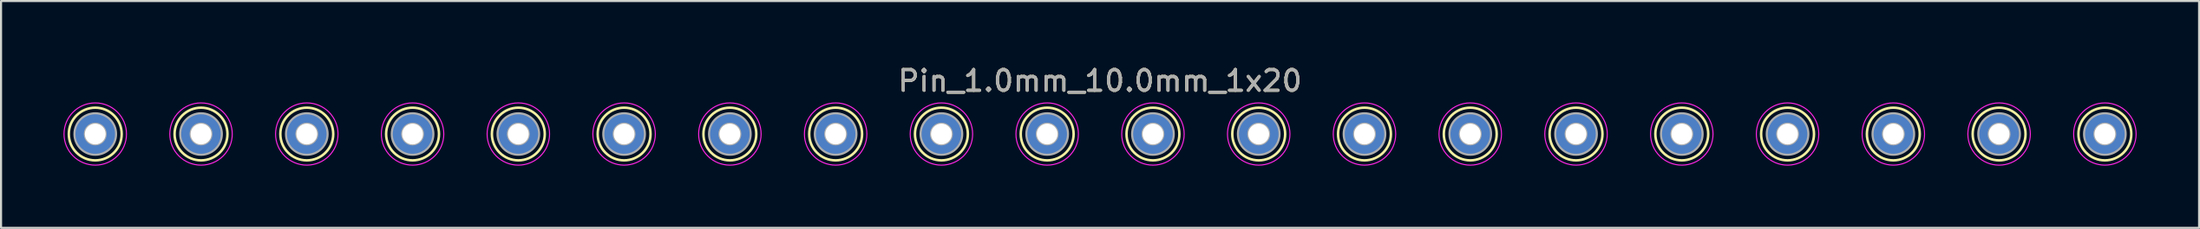
<source format=kicad_pcb>
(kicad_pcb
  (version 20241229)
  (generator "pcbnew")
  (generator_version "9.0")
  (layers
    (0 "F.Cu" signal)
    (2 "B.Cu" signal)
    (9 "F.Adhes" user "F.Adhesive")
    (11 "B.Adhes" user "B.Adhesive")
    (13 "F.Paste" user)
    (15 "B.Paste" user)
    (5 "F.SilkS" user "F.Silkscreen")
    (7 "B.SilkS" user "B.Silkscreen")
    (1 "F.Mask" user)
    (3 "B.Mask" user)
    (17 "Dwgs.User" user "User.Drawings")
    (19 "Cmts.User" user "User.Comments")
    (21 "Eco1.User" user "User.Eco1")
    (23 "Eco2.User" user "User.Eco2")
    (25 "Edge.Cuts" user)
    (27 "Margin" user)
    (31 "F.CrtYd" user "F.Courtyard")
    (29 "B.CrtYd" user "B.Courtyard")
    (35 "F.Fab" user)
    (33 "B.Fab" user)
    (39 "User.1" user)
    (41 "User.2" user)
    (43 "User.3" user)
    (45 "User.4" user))
  (footprint "Pin_1.0mm_10.0mm_1x20"
    (layer "F.Cu")
    (at 49.785 3.388)
    (property "Reference" "Pin_1.0mm_10.0mm_1x20" (at 0 -2.54 0) (unlocked yes) (layer "F.SilkS") (effects (font (size 1 1) (thickness 0.15))))
    (attr through_hole)
    (fp_circle (center -48.26 0.024) (end -49.53 0.024) (stroke (width 0.12) (type solid)) (fill no) (layer "F.SilkS"))
    (fp_circle (center -43.18 0.024) (end -44.45 0.024) (stroke (width 0.12) (type solid)) (fill no) (layer "F.SilkS"))
    (fp_circle (center -38.1 0.024) (end -39.37 0.024) (stroke (width 0.12) (type solid)) (fill no) (layer "F.SilkS"))
    (fp_circle (center -33.02 0.024) (end -34.29 0.024) (stroke (width 0.12) (type solid)) (fill no) (layer "F.SilkS"))
    (fp_circle (center -27.94 0.024) (end -29.21 0.024) (stroke (width 0.12) (type solid)) (fill no) (layer "F.SilkS"))
    (fp_circle (center -22.86 0.024) (end -24.13 0.024) (stroke (width 0.12) (type solid)) (fill no) (layer "F.SilkS"))
    (fp_circle (center -17.78 0.024) (end -19.05 0.024) (stroke (width 0.12) (type solid)) (fill no) (layer "F.SilkS"))
    (fp_circle (center -12.7 0.024) (end -13.97 0.024) (stroke (width 0.12) (type solid)) (fill no) (layer "F.SilkS"))
    (fp_circle (center -7.62 0.024) (end -8.89 0.024) (stroke (width 0.12) (type solid)) (fill no) (layer "F.SilkS"))
    (fp_circle (center -2.54 0.024) (end -3.81 0.024) (stroke (width 0.12) (type solid)) (fill no) (layer "F.SilkS"))
    (fp_circle (center 2.54 0.024) (end 1.27 0.024) (stroke (width 0.12) (type solid)) (fill no) (layer "F.SilkS"))
    (fp_circle (center 7.62 0.024) (end 6.35 0.024) (stroke (width 0.12) (type solid)) (fill no) (layer "F.SilkS"))
    (fp_circle (center 12.7 0.024) (end 11.43 0.024) (stroke (width 0.12) (type solid)) (fill no) (layer "F.SilkS"))
    (fp_circle (center 17.78 0.024) (end 16.51 0.024) (stroke (width 0.12) (type solid)) (fill no) (layer "F.SilkS"))
    (fp_circle (center 22.86 0.024) (end 21.59 0.024) (stroke (width 0.12) (type solid)) (fill no) (layer "F.SilkS"))
    (fp_circle (center 27.94 0.024) (end 26.67 0.024) (stroke (width 0.12) (type solid)) (fill no) (layer "F.SilkS"))
    (fp_circle (center 33.02 0.024) (end 31.75 0.024) (stroke (width 0.12) (type solid)) (fill no) (layer "F.SilkS"))
    (fp_circle (center 38.1 0.024) (end 36.83 0.024) (stroke (width 0.12) (type solid)) (fill no) (layer "F.SilkS"))
    (fp_circle (center 43.18 0.024) (end 41.91 0.024) (stroke (width 0.12) (type solid)) (fill no) (layer "F.SilkS"))
    (fp_circle (center 48.26 0.024) (end 46.99 0.024) (stroke (width 0.12) (type solid)) (fill no) (layer "F.SilkS"))
    (fp_circle (center -48.26 0.024) (end -46.76 0.024) (stroke (width 0.05) (type solid)) (fill no) (layer "F.CrtYd"))
    (fp_circle (center -43.18 0.024) (end -41.68 0.024) (stroke (width 0.05) (type solid)) (fill no) (layer "F.CrtYd"))
    (fp_circle (center -38.1 0.024) (end -36.6 0.024) (stroke (width 0.05) (type solid)) (fill no) (layer "F.CrtYd"))
    (fp_circle (center -33.02 0.024) (end -31.52 0.024) (stroke (width 0.05) (type solid)) (fill no) (layer "F.CrtYd"))
    (fp_circle (center -27.94 0.024) (end -26.44 0.024) (stroke (width 0.05) (type solid)) (fill no) (layer "F.CrtYd"))
    (fp_circle (center -22.86 0.024) (end -21.36 0.024) (stroke (width 0.05) (type solid)) (fill no) (layer "F.CrtYd"))
    (fp_circle (center -17.78 0.024) (end -16.28 0.024) (stroke (width 0.05) (type solid)) (fill no) (layer "F.CrtYd"))
    (fp_circle (center -12.7 0.024) (end -11.2 0.024) (stroke (width 0.05) (type solid)) (fill no) (layer "F.CrtYd"))
    (fp_circle (center -7.62 0.024) (end -6.12 0.024) (stroke (width 0.05) (type solid)) (fill no) (layer "F.CrtYd"))
    (fp_circle (center -2.54 0.024) (end -1.04 0.024) (stroke (width 0.05) (type solid)) (fill no) (layer "F.CrtYd"))
    (fp_circle (center 2.54 0.024) (end 4.04 0.024) (stroke (width 0.05) (type solid)) (fill no) (layer "F.CrtYd"))
    (fp_circle (center 7.62 0.024) (end 9.12 0.024) (stroke (width 0.05) (type solid)) (fill no) (layer "F.CrtYd"))
    (fp_circle (center 12.7 0.024) (end 14.2 0.024) (stroke (width 0.05) (type solid)) (fill no) (layer "F.CrtYd"))
    (fp_circle (center 17.78 0.024) (end 19.28 0.024) (stroke (width 0.05) (type solid)) (fill no) (layer "F.CrtYd"))
    (fp_circle (center 22.86 0.024) (end 24.36 0.024) (stroke (width 0.05) (type solid)) (fill no) (layer "F.CrtYd"))
    (fp_circle (center 27.94 0.024) (end 29.44 0.024) (stroke (width 0.05) (type solid)) (fill no) (layer "F.CrtYd"))
    (fp_circle (center 33.02 0.024) (end 34.52 0.024) (stroke (width 0.05) (type solid)) (fill no) (layer "F.CrtYd"))
    (fp_circle (center 38.1 0.024) (end 39.6 0.024) (stroke (width 0.05) (type solid)) (fill no) (layer "F.CrtYd"))
    (fp_circle (center 43.18 0.024) (end 44.68 0.024) (stroke (width 0.05) (type solid)) (fill no) (layer "F.CrtYd"))
    (fp_circle (center 48.26 0.024) (end 49.76 0.024) (stroke (width 0.05) (type solid)) (fill no) (layer "F.CrtYd"))
    (fp_circle (center -48.26 0.024) (end -47.76 0.024) (stroke (width 0.1) (type solid)) (fill no) (layer "F.Fab"))
    (fp_circle (center -48.26 0.024) (end -47.26 0.024) (stroke (width 0.1) (type solid)) (fill no) (layer "F.Fab"))
    (fp_circle (center -43.18 0.024) (end -42.68 0.024) (stroke (width 0.1) (type solid)) (fill no) (layer "F.Fab"))
    (fp_circle (center -43.18 0.024) (end -42.18 0.024) (stroke (width 0.1) (type solid)) (fill no) (layer "F.Fab"))
    (fp_circle (center -38.1 0.024) (end -37.6 0.024) (stroke (width 0.1) (type solid)) (fill no) (layer "F.Fab"))
    (fp_circle (center -38.1 0.024) (end -37.1 0.024) (stroke (width 0.1) (type solid)) (fill no) (layer "F.Fab"))
    (fp_circle (center -33.02 0.024) (end -32.52 0.024) (stroke (width 0.1) (type solid)) (fill no) (layer "F.Fab"))
    (fp_circle (center -33.02 0.024) (end -32.02 0.024) (stroke (width 0.1) (type solid)) (fill no) (layer "F.Fab"))
    (fp_circle (center -27.94 0.024) (end -27.44 0.024) (stroke (width 0.1) (type solid)) (fill no) (layer "F.Fab"))
    (fp_circle (center -27.94 0.024) (end -26.94 0.024) (stroke (width 0.1) (type solid)) (fill no) (layer "F.Fab"))
    (fp_circle (center -22.86 0.024) (end -22.36 0.024) (stroke (width 0.1) (type solid)) (fill no) (layer "F.Fab"))
    (fp_circle (center -22.86 0.024) (end -21.86 0.024) (stroke (width 0.1) (type solid)) (fill no) (layer "F.Fab"))
    (fp_circle (center -17.78 0.024) (end -17.28 0.024) (stroke (width 0.1) (type solid)) (fill no) (layer "F.Fab"))
    (fp_circle (center -17.78 0.024) (end -16.78 0.024) (stroke (width 0.1) (type solid)) (fill no) (layer "F.Fab"))
    (fp_circle (center -12.7 0.024) (end -12.2 0.024) (stroke (width 0.1) (type solid)) (fill no) (layer "F.Fab"))
    (fp_circle (center -12.7 0.024) (end -11.7 0.024) (stroke (width 0.1) (type solid)) (fill no) (layer "F.Fab"))
    (fp_circle (center -7.62 0.024) (end -7.12 0.024) (stroke (width 0.1) (type solid)) (fill no) (layer "F.Fab"))
    (fp_circle (center -7.62 0.024) (end -6.62 0.024) (stroke (width 0.1) (type solid)) (fill no) (layer "F.Fab"))
    (fp_circle (center -2.54 0.024) (end -2.04 0.024) (stroke (width 0.1) (type solid)) (fill no) (layer "F.Fab"))
    (fp_circle (center -2.54 0.024) (end -1.54 0.024) (stroke (width 0.1) (type solid)) (fill no) (layer "F.Fab"))
    (fp_circle (center 2.54 0.024) (end 3.04 0.024) (stroke (width 0.1) (type solid)) (fill no) (layer "F.Fab"))
    (fp_circle (center 2.54 0.024) (end 3.54 0.024) (stroke (width 0.1) (type solid)) (fill no) (layer "F.Fab"))
    (fp_circle (center 7.62 0.024) (end 8.12 0.024) (stroke (width 0.1) (type solid)) (fill no) (layer "F.Fab"))
    (fp_circle (center 7.62 0.024) (end 8.62 0.024) (stroke (width 0.1) (type solid)) (fill no) (layer "F.Fab"))
    (fp_circle (center 12.7 0.024) (end 13.2 0.024) (stroke (width 0.1) (type solid)) (fill no) (layer "F.Fab"))
    (fp_circle (center 12.7 0.024) (end 13.7 0.024) (stroke (width 0.1) (type solid)) (fill no) (layer "F.Fab"))
    (fp_circle (center 17.78 0.024) (end 18.28 0.024) (stroke (width 0.1) (type solid)) (fill no) (layer "F.Fab"))
    (fp_circle (center 17.78 0.024) (end 18.78 0.024) (stroke (width 0.1) (type solid)) (fill no) (layer "F.Fab"))
    (fp_circle (center 22.86 0.024) (end 23.36 0.024) (stroke (width 0.1) (type solid)) (fill no) (layer "F.Fab"))
    (fp_circle (center 22.86 0.024) (end 23.86 0.024) (stroke (width 0.1) (type solid)) (fill no) (layer "F.Fab"))
    (fp_circle (center 27.94 0.024) (end 28.44 0.024) (stroke (width 0.1) (type solid)) (fill no) (layer "F.Fab"))
    (fp_circle (center 27.94 0.024) (end 28.94 0.024) (stroke (width 0.1) (type solid)) (fill no) (layer "F.Fab"))
    (fp_circle (center 33.02 0.024) (end 33.52 0.024) (stroke (width 0.1) (type solid)) (fill no) (layer "F.Fab"))
    (fp_circle (center 33.02 0.024) (end 34.02 0.024) (stroke (width 0.1) (type solid)) (fill no) (layer "F.Fab"))
    (fp_circle (center 38.1 0.024) (end 38.6 0.024) (stroke (width 0.1) (type solid)) (fill no) (layer "F.Fab"))
    (fp_circle (center 38.1 0.024) (end 39.1 0.024) (stroke (width 0.1) (type solid)) (fill no) (layer "F.Fab"))
    (fp_circle (center 43.18 0.024) (end 43.68 0.024) (stroke (width 0.1) (type solid)) (fill no) (layer "F.Fab"))
    (fp_circle (center 43.18 0.024) (end 44.18 0.024) (stroke (width 0.1) (type solid)) (fill no) (layer "F.Fab"))
    (fp_circle (center 48.26 0.024) (end 48.76 0.024) (stroke (width 0.1) (type solid)) (fill no) (layer "F.Fab"))
    (fp_circle (center 48.26 0.024) (end 49.26 0.024) (stroke (width 0.1) (type solid)) (fill no) (layer "F.Fab"))
    (fp_text user "${REFERENCE}" (at 0 -2.54 0) (unlocked yes) (layer "F.Fab") (effects (font (size 1 1) (thickness 0.15))))
    (pad "1" thru_hole circle (at -48.26 0.024) (size 2 2) (drill 1) (layers "*.Cu" "*.Mask"))
    (pad "2" thru_hole circle (at -43.18 0.024) (size 2 2) (drill 1) (layers "*.Cu" "*.Mask"))
    (pad "3" thru_hole circle (at -38.1 0.024) (size 2 2) (drill 1) (layers "*.Cu" "*.Mask"))
    (pad "4" thru_hole circle (at -33.02 0.024) (size 2 2) (drill 1) (layers "*.Cu" "*.Mask"))
    (pad "5" thru_hole circle (at -27.94 0.024) (size 2 2) (drill 1) (layers "*.Cu" "*.Mask"))
    (pad "6" thru_hole circle (at -22.86 0.024) (size 2 2) (drill 1) (layers "*.Cu" "*.Mask"))
    (pad "7" thru_hole circle (at -17.78 0.024) (size 2 2) (drill 1) (layers "*.Cu" "*.Mask"))
    (pad "8" thru_hole circle (at -12.7 0.024) (size 2 2) (drill 1) (layers "*.Cu" "*.Mask"))
    (pad "9" thru_hole circle (at -7.62 0.024) (size 2 2) (drill 1) (layers "*.Cu" "*.Mask"))
    (pad "10" thru_hole circle (at -2.54 0.024) (size 2 2) (drill 1) (layers "*.Cu" "*.Mask"))
    (pad "11" thru_hole circle (at 2.54 0.024) (size 2 2) (drill 1) (layers "*.Cu" "*.Mask"))
    (pad "12" thru_hole circle (at 7.62 0.024) (size 2 2) (drill 1) (layers "*.Cu" "*.Mask"))
    (pad "13" thru_hole circle (at 12.7 0.024) (size 2 2) (drill 1) (layers "*.Cu" "*.Mask"))
    (pad "14" thru_hole circle (at 17.78 0.024) (size 2 2) (drill 1) (layers "*.Cu" "*.Mask"))
    (pad "15" thru_hole circle (at 22.86 0.024) (size 2 2) (drill 1) (layers "*.Cu" "*.Mask"))
    (pad "16" thru_hole circle (at 27.94 0.024) (size 2 2) (drill 1) (layers "*.Cu" "*.Mask"))
    (pad "17" thru_hole circle (at 33.02 0.024) (size 2 2) (drill 1) (layers "*.Cu" "*.Mask"))
    (pad "18" thru_hole circle (at 38.1 0.024) (size 2 2) (drill 1) (layers "*.Cu" "*.Mask"))
    (pad "19" thru_hole circle (at 43.18 0.024) (size 2 2) (drill 1) (layers "*.Cu" "*.Mask"))
    (pad "20" thru_hole circle (at 48.26 0.024) (size 2 2) (drill 1) (layers "*.Cu" "*.Mask")))
  (gr_rect
    (start -3 -3)
    (end 102.57 7.937)
    (stroke (width 0.1) (type default))
    (fill no)
    (layer "Edge.Cuts")))
</source>
